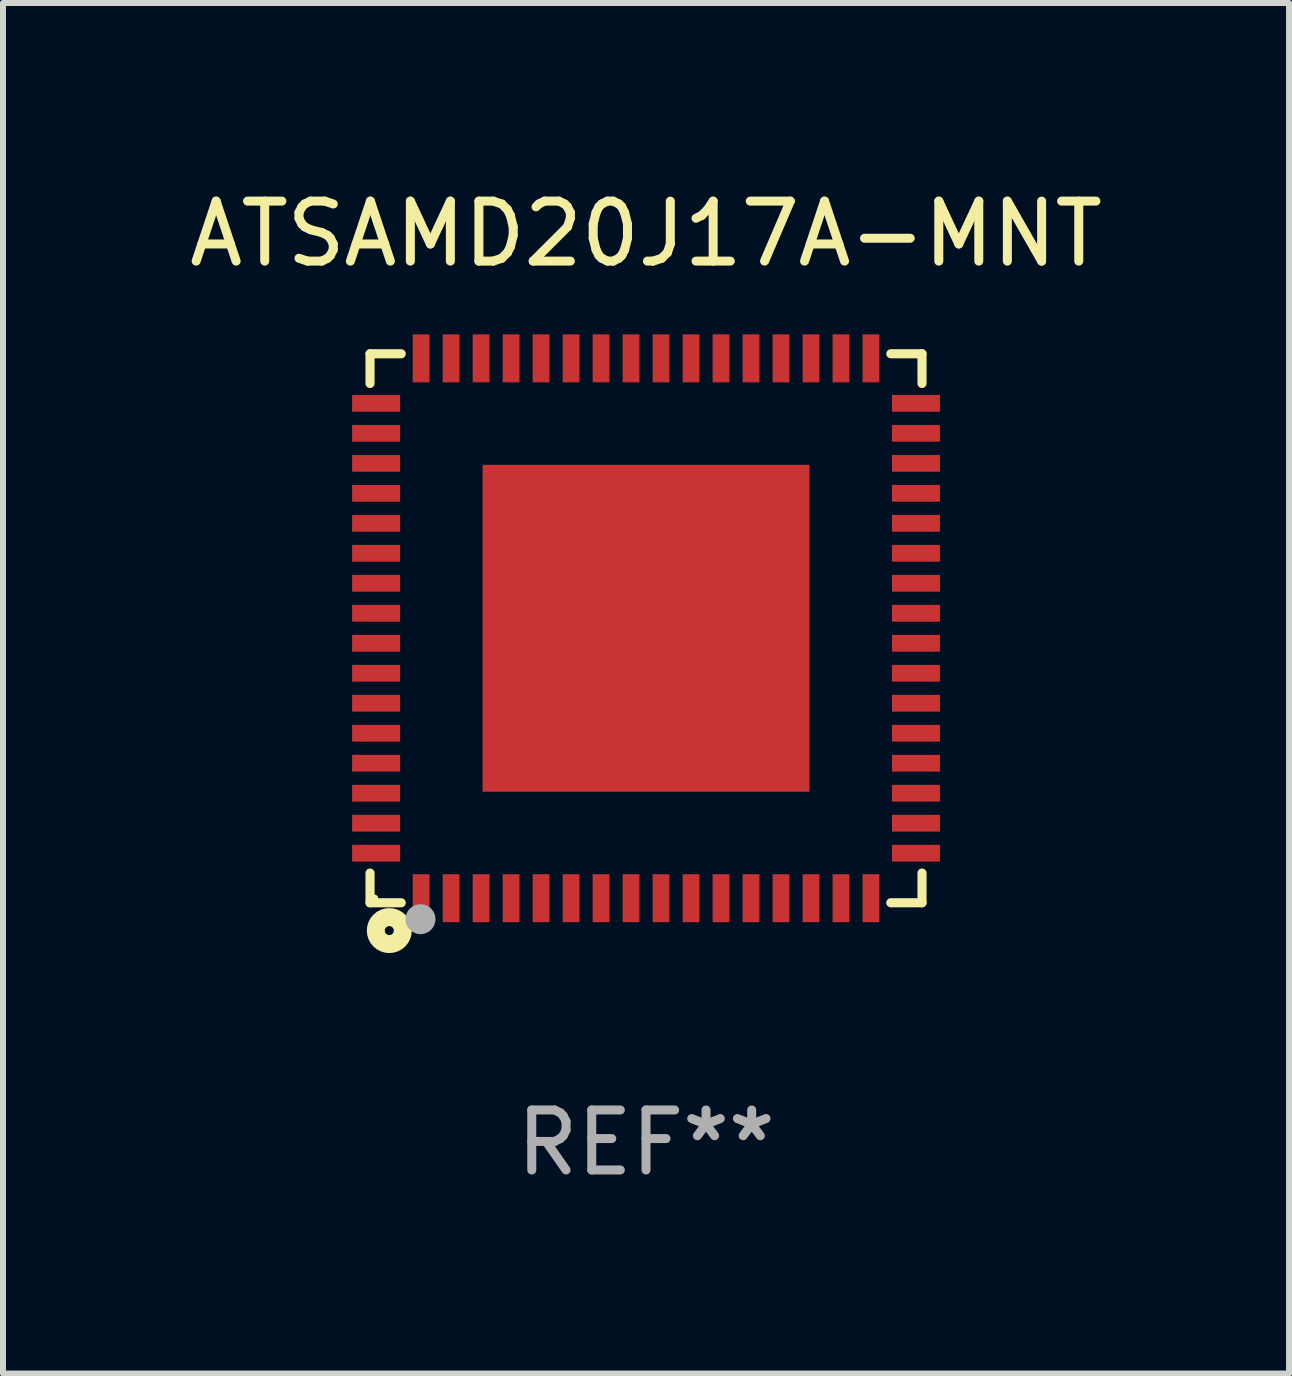
<source format=kicad_pcb>
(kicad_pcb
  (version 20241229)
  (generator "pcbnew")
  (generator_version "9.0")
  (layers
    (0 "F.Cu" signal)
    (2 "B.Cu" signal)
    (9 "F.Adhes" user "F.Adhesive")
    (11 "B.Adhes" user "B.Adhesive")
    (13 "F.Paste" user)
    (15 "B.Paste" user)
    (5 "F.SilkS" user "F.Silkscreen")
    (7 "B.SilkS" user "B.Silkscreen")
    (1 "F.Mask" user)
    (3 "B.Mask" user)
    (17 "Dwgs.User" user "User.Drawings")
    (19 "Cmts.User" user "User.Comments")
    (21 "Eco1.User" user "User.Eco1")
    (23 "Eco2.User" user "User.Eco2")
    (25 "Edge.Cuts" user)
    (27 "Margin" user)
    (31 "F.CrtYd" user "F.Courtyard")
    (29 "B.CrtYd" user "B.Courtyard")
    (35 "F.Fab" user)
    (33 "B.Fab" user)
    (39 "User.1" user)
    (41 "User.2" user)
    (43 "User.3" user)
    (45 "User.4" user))
  (footprint "ATSAMD20J17A-MNT"
    (layer "F.Cu")
    (at 7.72 7.424)
    (property "Reference" "ATSAMD20J17A-MNT" (at 0 -6.576 0) (layer "F.SilkS") (effects (font (size 1 1) (thickness 0.15))))
    (attr through_hole)
    (fp_line (start -4.601 -4.576) (end -4.081 -4.576) (stroke (width 0.152) (type solid)) (layer "F.SilkS"))
    (fp_line (start -4.601 -4.081) (end -4.601 -4.576) (stroke (width 0.152) (type solid)) (layer "F.SilkS"))
    (fp_line (start -4.601 4.081) (end -4.601 4.576) (stroke (width 0.152) (type solid)) (layer "F.SilkS"))
    (fp_line (start -4.601 4.576) (end -4.081 4.576) (stroke (width 0.152) (type solid)) (layer "F.SilkS"))
    (fp_line (start 4.601 -4.576) (end 4.081 -4.576) (stroke (width 0.152) (type solid)) (layer "F.SilkS"))
    (fp_line (start 4.601 -4.081) (end 4.601 -4.576) (stroke (width 0.152) (type solid)) (layer "F.SilkS"))
    (fp_line (start 4.601 4.081) (end 4.601 4.576) (stroke (width 0.152) (type solid)) (layer "F.SilkS"))
    (fp_line (start 4.601 4.576) (end 4.081 4.576) (stroke (width 0.152) (type solid)) (layer "F.SilkS"))
    (fp_circle (center -4.525 4.5) (end -4.495 4.5) (stroke (width 0.06) (type solid)) (fill no) (layer "F.SilkS"))
    (fp_circle (center -4.28 5.04) (end -4.205 5.04) (stroke (width 0.3) (type solid)) (fill no) (layer "F.SilkS"))
    (fp_circle (center -3.76 4.85) (end -3.635 4.85) (stroke (width 0.25) (type solid)) (fill no) (layer "F.Fab"))
    (fp_text user "REF**" (at 0 8.576 0) (layer "F.Fab") (effects (font (size 1 1) (thickness 0.15))))
    (pad "1" smd rect (at -3.75 4.5) (size 0.28 0.8) (layers "F.Cu" "F.Mask" "F.Paste"))
    (pad "2" smd rect (at -3.25 4.5) (size 0.28 0.8) (layers "F.Cu" "F.Mask" "F.Paste"))
    (pad "3" smd rect (at -2.75 4.5) (size 0.28 0.8) (layers "F.Cu" "F.Mask" "F.Paste"))
    (pad "4" smd rect (at -2.25 4.5) (size 0.28 0.8) (layers "F.Cu" "F.Mask" "F.Paste"))
    (pad "5" smd rect (at -1.75 4.5) (size 0.28 0.8) (layers "F.Cu" "F.Mask" "F.Paste"))
    (pad "6" smd rect (at -1.25 4.5) (size 0.28 0.8) (layers "F.Cu" "F.Mask" "F.Paste"))
    (pad "7" smd rect (at -0.75 4.5) (size 0.28 0.8) (layers "F.Cu" "F.Mask" "F.Paste"))
    (pad "8" smd rect (at -0.25 4.5) (size 0.28 0.8) (layers "F.Cu" "F.Mask" "F.Paste"))
    (pad "9" smd rect (at 0.25 4.5) (size 0.28 0.8) (layers "F.Cu" "F.Mask" "F.Paste"))
    (pad "10" smd rect (at 0.75 4.5) (size 0.28 0.8) (layers "F.Cu" "F.Mask" "F.Paste"))
    (pad "11" smd rect (at 1.25 4.5) (size 0.28 0.8) (layers "F.Cu" "F.Mask" "F.Paste"))
    (pad "12" smd rect (at 1.75 4.5) (size 0.28 0.8) (layers "F.Cu" "F.Mask" "F.Paste"))
    (pad "13" smd rect (at 2.25 4.5) (size 0.28 0.8) (layers "F.Cu" "F.Mask" "F.Paste"))
    (pad "14" smd rect (at 2.75 4.5) (size 0.28 0.8) (layers "F.Cu" "F.Mask" "F.Paste"))
    (pad "15" smd rect (at 3.25 4.5) (size 0.28 0.8) (layers "F.Cu" "F.Mask" "F.Paste"))
    (pad "16" smd rect (at 3.75 4.5) (size 0.28 0.8) (layers "F.Cu" "F.Mask" "F.Paste"))
    (pad "17" smd rect (at 4.5 3.75) (size 0.8 0.28) (layers "F.Cu" "F.Mask" "F.Paste"))
    (pad "18" smd rect (at 4.5 3.25) (size 0.8 0.28) (layers "F.Cu" "F.Mask" "F.Paste"))
    (pad "19" smd rect (at 4.5 2.75) (size 0.8 0.28) (layers "F.Cu" "F.Mask" "F.Paste"))
    (pad "20" smd rect (at 4.5 2.25) (size 0.8 0.28) (layers "F.Cu" "F.Mask" "F.Paste"))
    (pad "21" smd rect (at 4.5 1.75) (size 0.8 0.28) (layers "F.Cu" "F.Mask" "F.Paste"))
    (pad "22" smd rect (at 4.5 1.25) (size 0.8 0.28) (layers "F.Cu" "F.Mask" "F.Paste"))
    (pad "23" smd rect (at 4.5 0.75) (size 0.8 0.28) (layers "F.Cu" "F.Mask" "F.Paste"))
    (pad "24" smd rect (at 4.5 0.25) (size 0.8 0.28) (layers "F.Cu" "F.Mask" "F.Paste"))
    (pad "25" smd rect (at 4.5 -0.25) (size 0.8 0.28) (layers "F.Cu" "F.Mask" "F.Paste"))
    (pad "26" smd rect (at 4.5 -0.75) (size 0.8 0.28) (layers "F.Cu" "F.Mask" "F.Paste"))
    (pad "27" smd rect (at 4.5 -1.25) (size 0.8 0.28) (layers "F.Cu" "F.Mask" "F.Paste"))
    (pad "28" smd rect (at 4.5 -1.75) (size 0.8 0.28) (layers "F.Cu" "F.Mask" "F.Paste"))
    (pad "29" smd rect (at 4.5 -2.25) (size 0.8 0.28) (layers "F.Cu" "F.Mask" "F.Paste"))
    (pad "30" smd rect (at 4.5 -2.75) (size 0.8 0.28) (layers "F.Cu" "F.Mask" "F.Paste"))
    (pad "31" smd rect (at 4.5 -3.25) (size 0.8 0.28) (layers "F.Cu" "F.Mask" "F.Paste"))
    (pad "32" smd rect (at 4.5 -3.75) (size 0.8 0.28) (layers "F.Cu" "F.Mask" "F.Paste"))
    (pad "33" smd rect (at 3.75 -4.5) (size 0.28 0.8) (layers "F.Cu" "F.Mask" "F.Paste"))
    (pad "34" smd rect (at 3.25 -4.5) (size 0.28 0.8) (layers "F.Cu" "F.Mask" "F.Paste"))
    (pad "35" smd rect (at 2.75 -4.5) (size 0.28 0.8) (layers "F.Cu" "F.Mask" "F.Paste"))
    (pad "36" smd rect (at 2.25 -4.5) (size 0.28 0.8) (layers "F.Cu" "F.Mask" "F.Paste"))
    (pad "37" smd rect (at 1.75 -4.5) (size 0.28 0.8) (layers "F.Cu" "F.Mask" "F.Paste"))
    (pad "38" smd rect (at 1.25 -4.5) (size 0.28 0.8) (layers "F.Cu" "F.Mask" "F.Paste"))
    (pad "39" smd rect (at 0.75 -4.5) (size 0.28 0.8) (layers "F.Cu" "F.Mask" "F.Paste"))
    (pad "40" smd rect (at 0.25 -4.5) (size 0.28 0.8) (layers "F.Cu" "F.Mask" "F.Paste"))
    (pad "41" smd rect (at -0.25 -4.5) (size 0.28 0.8) (layers "F.Cu" "F.Mask" "F.Paste"))
    (pad "42" smd rect (at -0.75 -4.5) (size 0.28 0.8) (layers "F.Cu" "F.Mask" "F.Paste"))
    (pad "43" smd rect (at -1.25 -4.5) (size 0.28 0.8) (layers "F.Cu" "F.Mask" "F.Paste"))
    (pad "44" smd rect (at -1.75 -4.5) (size 0.28 0.8) (layers "F.Cu" "F.Mask" "F.Paste"))
    (pad "45" smd rect (at -2.25 -4.5) (size 0.28 0.8) (layers "F.Cu" "F.Mask" "F.Paste"))
    (pad "46" smd rect (at -2.75 -4.5) (size 0.28 0.8) (layers "F.Cu" "F.Mask" "F.Paste"))
    (pad "47" smd rect (at -3.25 -4.5) (size 0.28 0.8) (layers "F.Cu" "F.Mask" "F.Paste"))
    (pad "48" smd rect (at -3.75 -4.5) (size 0.28 0.8) (layers "F.Cu" "F.Mask" "F.Paste"))
    (pad "49" smd rect (at -4.5 -3.75) (size 0.8 0.28) (layers "F.Cu" "F.Mask" "F.Paste"))
    (pad "50" smd rect (at -4.5 -3.25) (size 0.8 0.28) (layers "F.Cu" "F.Mask" "F.Paste"))
    (pad "51" smd rect (at -4.5 -2.75) (size 0.8 0.28) (layers "F.Cu" "F.Mask" "F.Paste"))
    (pad "52" smd rect (at -4.5 -2.25) (size 0.8 0.28) (layers "F.Cu" "F.Mask" "F.Paste"))
    (pad "53" smd rect (at -4.5 -1.75) (size 0.8 0.28) (layers "F.Cu" "F.Mask" "F.Paste"))
    (pad "54" smd rect (at -4.5 -1.25) (size 0.8 0.28) (layers "F.Cu" "F.Mask" "F.Paste"))
    (pad "55" smd rect (at -4.5 -0.75) (size 0.8 0.28) (layers "F.Cu" "F.Mask" "F.Paste"))
    (pad "56" smd rect (at -4.5 -0.25) (size 0.8 0.28) (layers "F.Cu" "F.Mask" "F.Paste"))
    (pad "57" smd rect (at -4.5 0.25) (size 0.8 0.28) (layers "F.Cu" "F.Mask" "F.Paste"))
    (pad "58" smd rect (at -4.5 0.75) (size 0.8 0.28) (layers "F.Cu" "F.Mask" "F.Paste"))
    (pad "59" smd rect (at -4.5 1.25) (size 0.8 0.28) (layers "F.Cu" "F.Mask" "F.Paste"))
    (pad "60" smd rect (at -4.5 1.75) (size 0.8 0.28) (layers "F.Cu" "F.Mask" "F.Paste"))
    (pad "61" smd rect (at -4.5 2.25) (size 0.8 0.28) (layers "F.Cu" "F.Mask" "F.Paste"))
    (pad "62" smd rect (at -4.5 2.75) (size 0.8 0.28) (layers "F.Cu" "F.Mask" "F.Paste"))
    (pad "63" smd rect (at -4.5 3.25) (size 0.8 0.28) (layers "F.Cu" "F.Mask" "F.Paste"))
    (pad "64" smd rect (at -4.5 3.75) (size 0.8 0.28) (layers "F.Cu" "F.Mask" "F.Paste"))
    (pad "65" smd rect (at 0 0) (size 5.45 5.45) (layers "F.Cu" "F.Mask" "F.Paste")))
  (gr_rect
    (start -3 -3)
    (end 18.44 19.849)
    (stroke (width 0.1) (type default))
    (fill no)
    (layer "Edge.Cuts")))
</source>
